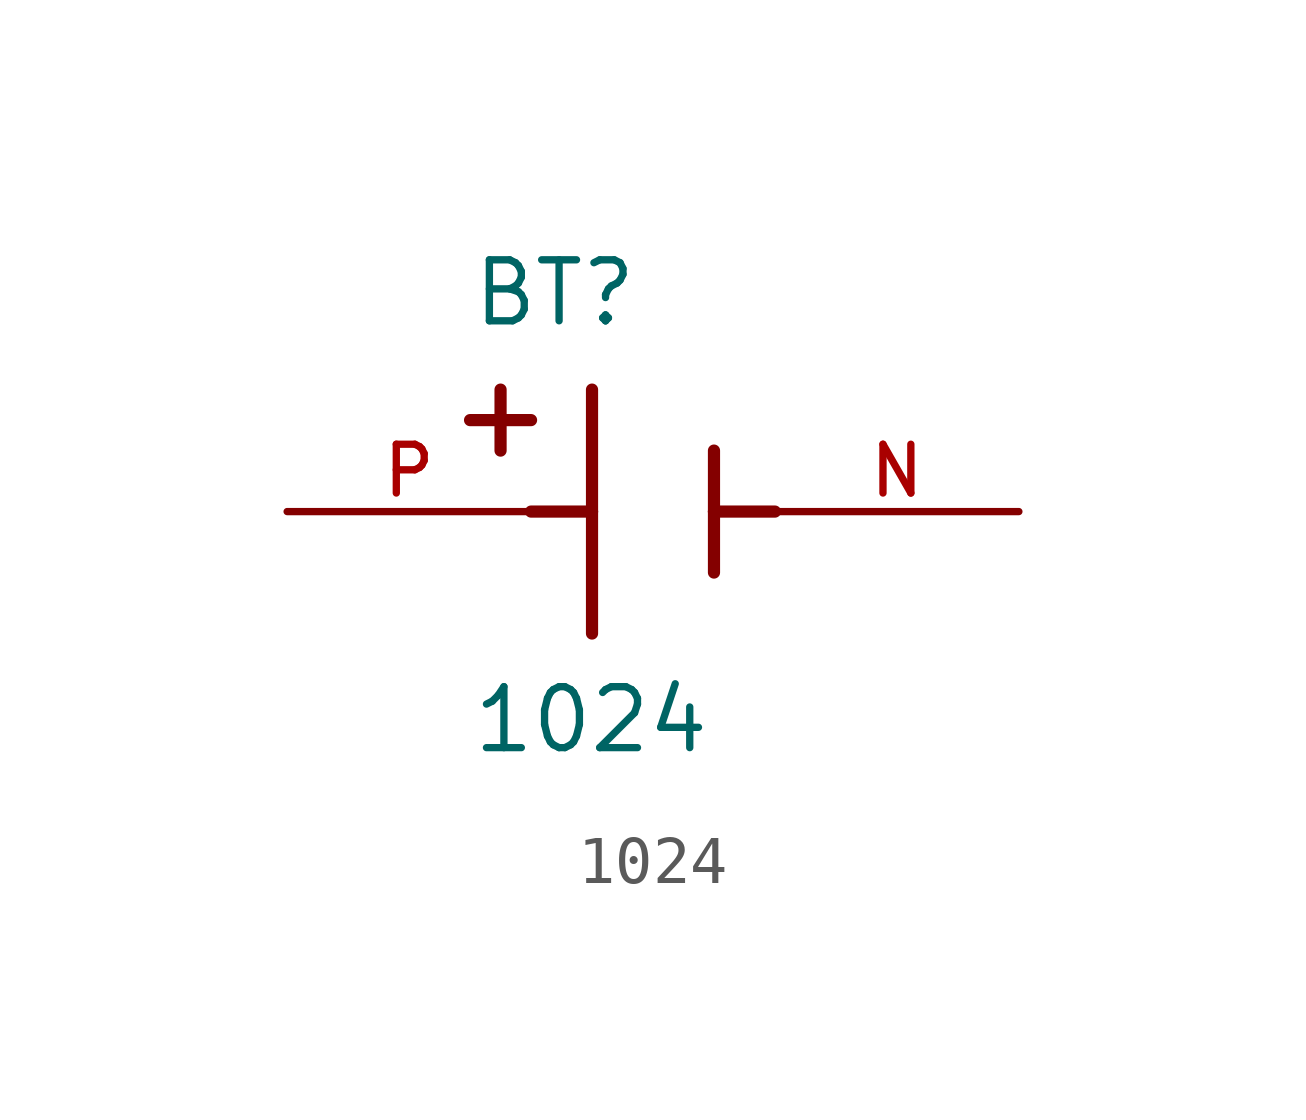
<source format=kicad_sym>
(kicad_symbol_lib
  (version 20211014)
  (generator kicad_symbol_editor)
  (symbol "1024"
    (pin_names
      (offset 1.016))
    (property "Reference" "BT"
      (at -3.81 3.81 0)
      (effects (font (size 1.27 1.27)) (justify bottom left)))
    (property "Value" "1024"
      (at -3.81 -5.08 0)
      (effects (font (size 1.27 1.27)) (justify bottom left)))
    (symbol "1024_0_0"
      (polyline (pts (xy -1.27 2.54) (xy -1.27 0.0)) (stroke (width 0.254)))
      (polyline (pts (xy -1.27 0.0) (xy -1.27 -2.54)) (stroke (width 0.254)))
      (polyline (pts (xy 1.27 1.27) (xy 1.27 0.0)) (stroke (width 0.254)))
      (polyline (pts (xy 1.27 0.0) (xy 1.27 -1.27)) (stroke (width 0.254)))
      (polyline (pts (xy -1.27 0.0) (xy -2.54 0.0)) (stroke (width 0.254)))
      (polyline (pts (xy 1.27 0.0) (xy 2.54 0.0)) (stroke (width 0.254)))
      (polyline (pts (xy -3.175 2.54) (xy -3.175 1.27)) (stroke (width 0.254)))
      (polyline (pts (xy -3.81 1.905) (xy -2.54 1.905)) (stroke (width 0.254)))
      (pin passive line (at -7.62 0.0 0) (length 5.08) (name "~" (effects (font (size 1.016 1.016)))) (number "P" (effects (font (size 1.016 1.016)))))
      (pin passive line (at 7.62 0.0 180.0) (length 5.08) (name "~" (effects (font (size 1.016 1.016)))) (number "N" (effects (font (size 1.016 1.016))))))))
</source>
